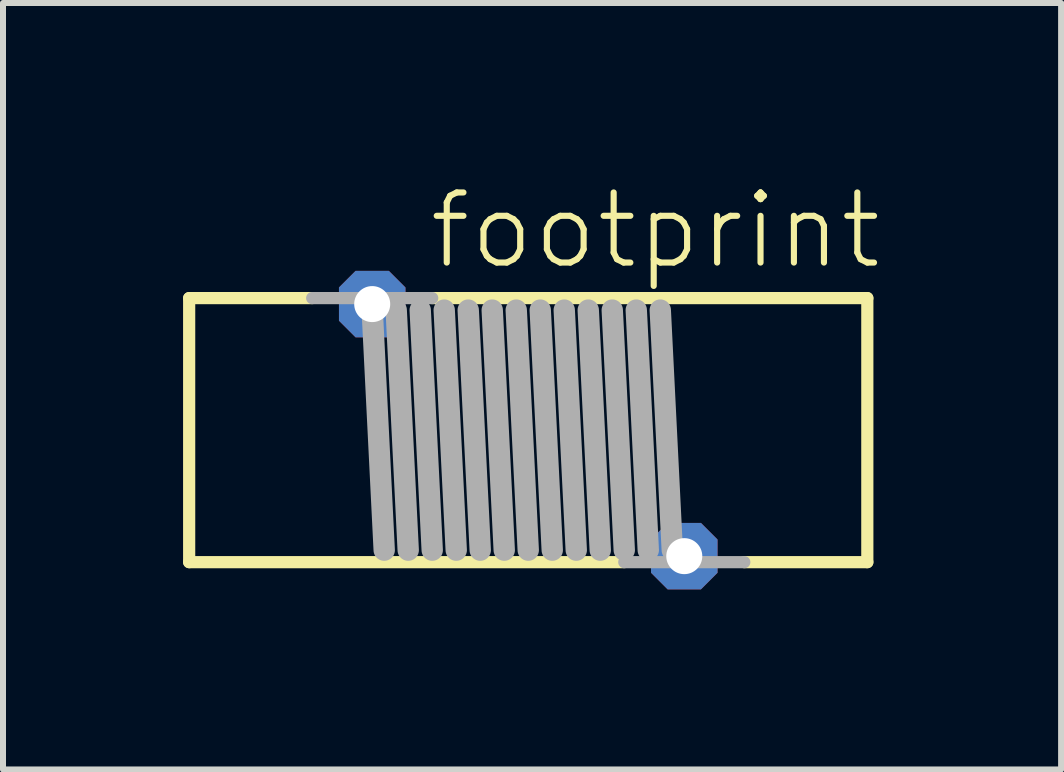
<source format=kicad_pcb>
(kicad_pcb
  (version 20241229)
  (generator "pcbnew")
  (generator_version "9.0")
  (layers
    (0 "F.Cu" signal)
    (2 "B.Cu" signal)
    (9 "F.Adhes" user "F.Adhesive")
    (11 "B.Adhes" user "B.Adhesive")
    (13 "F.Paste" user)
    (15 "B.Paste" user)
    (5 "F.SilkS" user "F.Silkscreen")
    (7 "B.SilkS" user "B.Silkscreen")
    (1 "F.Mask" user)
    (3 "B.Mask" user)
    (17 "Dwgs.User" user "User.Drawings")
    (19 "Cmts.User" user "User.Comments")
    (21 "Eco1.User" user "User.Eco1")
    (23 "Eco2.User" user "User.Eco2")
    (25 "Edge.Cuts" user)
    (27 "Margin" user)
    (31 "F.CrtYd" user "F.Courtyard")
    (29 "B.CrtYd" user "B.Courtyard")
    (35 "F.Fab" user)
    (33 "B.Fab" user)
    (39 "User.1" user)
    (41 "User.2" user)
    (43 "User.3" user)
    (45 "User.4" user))
  (footprint "footprint"
    (layer "F.Cu")
    (at 5.752 4.117)
    (property "Reference" "footprint" (at -1.703 -2.644 0) (layer "F.SilkS") (effects (font (size 1.168 1.168) (thickness 0.102)) (justify left bottom)))
    (fp_line (start -5.65 -2.2) (end -3.6 -2.2) (stroke (width 0.203) (type solid)) (layer "F.SilkS"))
    (fp_line (start -5.65 2.2) (end -5.65 -2.2) (stroke (width 0.203) (type solid)) (layer "F.SilkS"))
    (fp_line (start -1.6 -2.2) (end 5.65 -2.2) (stroke (width 0.203) (type solid)) (layer "F.SilkS"))
    (fp_line (start 1.6 2.2) (end -5.65 2.2) (stroke (width 0.203) (type solid)) (layer "F.SilkS"))
    (fp_line (start 5.65 -2.2) (end 5.65 2.2) (stroke (width 0.203) (type solid)) (layer "F.SilkS"))
    (fp_line (start 5.65 2.2) (end 3.6 2.2) (stroke (width 0.203) (type solid)) (layer "F.SilkS"))
    (fp_line (start -3.6 -2.2) (end -1.6 -2.2) (stroke (width 0.203) (type solid)) (layer "F.Fab"))
    (fp_line (start -2.6 -2) (end -2.4 2) (stroke (width 0.356) (type solid)) (layer "F.Fab"))
    (fp_line (start -2.2 -2) (end -2 2) (stroke (width 0.356) (type solid)) (layer "F.Fab"))
    (fp_line (start -1.8 -2) (end -1.6 2) (stroke (width 0.356) (type solid)) (layer "F.Fab"))
    (fp_line (start -1.4 -2) (end -1.2 2) (stroke (width 0.356) (type solid)) (layer "F.Fab"))
    (fp_line (start -1 -2) (end -0.8 2) (stroke (width 0.356) (type solid)) (layer "F.Fab"))
    (fp_line (start -0.6 -2) (end -0.4 2) (stroke (width 0.356) (type solid)) (layer "F.Fab"))
    (fp_line (start -0.2 -2) (end 0 2) (stroke (width 0.356) (type solid)) (layer "F.Fab"))
    (fp_line (start 0.2 -2) (end 0.4 2) (stroke (width 0.356) (type solid)) (layer "F.Fab"))
    (fp_line (start 0.6 -2) (end 0.8 2) (stroke (width 0.356) (type solid)) (layer "F.Fab"))
    (fp_line (start 1 -2) (end 1.2 2) (stroke (width 0.356) (type solid)) (layer "F.Fab"))
    (fp_line (start 1.4 -2) (end 1.6 2) (stroke (width 0.356) (type solid)) (layer "F.Fab"))
    (fp_line (start 1.8 -2) (end 2 2) (stroke (width 0.356) (type solid)) (layer "F.Fab"))
    (fp_line (start 2.2 -2) (end 2.4 2) (stroke (width 0.356) (type solid)) (layer "F.Fab"))
    (fp_line (start 3.6 2.2) (end 1.6 2.2) (stroke (width 0.203) (type solid)) (layer "F.Fab"))
    (pad "1" thru_hole roundrect (at 2.6 2.1) (size 1.108 1.108) (drill 0.6) (layers "*.Cu" "*.Mask") (roundrect_rratio 0.25) (chamfer_ratio 0.25) (chamfer top_left top_right bottom_left bottom_right))
    (pad "2" thru_hole roundrect (at -2.6 -2.1) (size 1.108 1.108) (drill 0.6) (layers "*.Cu" "*.Mask") (roundrect_rratio 0.25) (chamfer_ratio 0.25) (chamfer top_left top_right bottom_left bottom_right)))
  (gr_rect
    (start -3 -3)
    (end 14.631 9.771)
    (stroke (width 0.1) (type default))
    (fill no)
    (layer "Edge.Cuts")))
</source>
